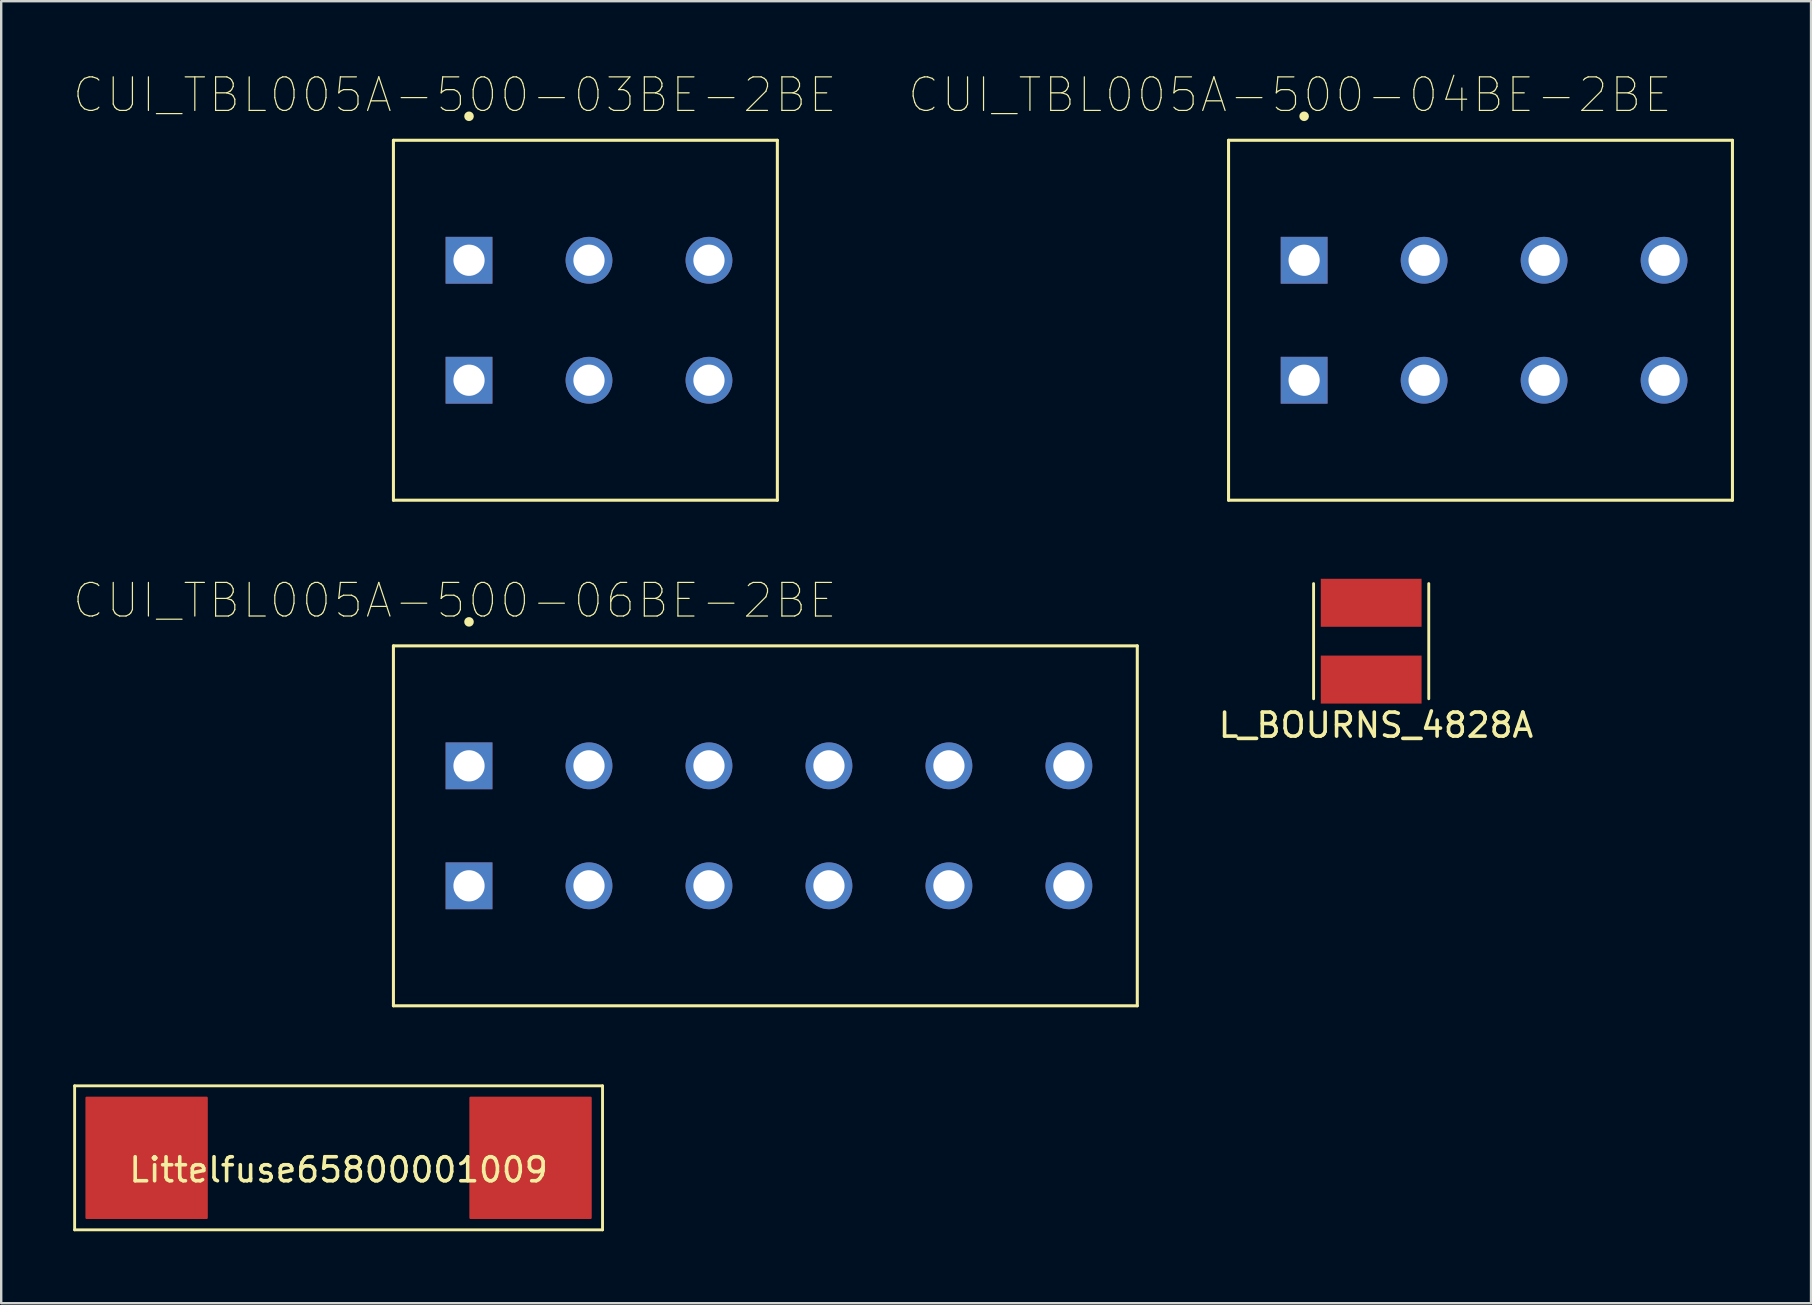
<source format=kicad_pcb>
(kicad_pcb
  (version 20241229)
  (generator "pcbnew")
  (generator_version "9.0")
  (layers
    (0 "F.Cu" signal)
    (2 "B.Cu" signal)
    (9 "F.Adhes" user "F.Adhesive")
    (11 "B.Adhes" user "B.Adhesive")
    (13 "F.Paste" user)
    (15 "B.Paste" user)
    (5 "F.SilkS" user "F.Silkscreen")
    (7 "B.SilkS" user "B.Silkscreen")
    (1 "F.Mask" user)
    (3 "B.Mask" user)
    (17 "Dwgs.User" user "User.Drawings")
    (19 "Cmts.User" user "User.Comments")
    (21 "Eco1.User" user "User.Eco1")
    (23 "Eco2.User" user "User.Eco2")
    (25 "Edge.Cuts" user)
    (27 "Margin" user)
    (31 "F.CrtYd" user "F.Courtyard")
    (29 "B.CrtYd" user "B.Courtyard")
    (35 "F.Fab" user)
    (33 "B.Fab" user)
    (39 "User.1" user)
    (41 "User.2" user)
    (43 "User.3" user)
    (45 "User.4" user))
  (footprint "CUI_TBL005A-500-03BE-2BE"
    (layer "F.Cu")
    (at 16.496 7.796)
    (property "Reference" "CUI_TBL005A-500-03BE-2BE" (at -0.594 -6.889 0) (layer "F.SilkS") (effects (font (size 1.4 1.4) (thickness 0.05))))
    (attr through_hole)
    (fp_line (start -3.15 -5) (end 12.85 -5) (stroke (width 0.127) (type solid)) (layer "F.SilkS"))
    (fp_line (start -3.15 10) (end -3.15 -5) (stroke (width 0.127) (type solid)) (layer "F.SilkS"))
    (fp_line (start 12.85 -5) (end 12.85 10) (stroke (width 0.127) (type solid)) (layer "F.SilkS"))
    (fp_line (start 12.85 10) (end -3.15 10) (stroke (width 0.127) (type solid)) (layer "F.SilkS"))
    (fp_circle (center 0 -6) (end 0.1 -6) (stroke (width 0.2) (type solid)) (fill no) (layer "F.SilkS"))
    (fp_line (start -3.4 -5.25) (end 13.1 -5.25) (stroke (width 0.05) (type solid)) (layer "Eco1.User"))
    (fp_line (start -3.4 10.25) (end -3.4 -5.25) (stroke (width 0.05) (type solid)) (layer "Eco1.User"))
    (fp_line (start 13.1 -5.25) (end 13.1 10.25) (stroke (width 0.05) (type solid)) (layer "Eco1.User"))
    (fp_line (start 13.1 10.25) (end -3.4 10.25) (stroke (width 0.05) (type solid)) (layer "Eco1.User"))
    (fp_line (start -3.15 -5) (end 12.85 -5) (stroke (width 0.127) (type solid)) (layer "Eco2.User"))
    (fp_line (start -3.15 10) (end -3.15 -5) (stroke (width 0.127) (type solid)) (layer "Eco2.User"))
    (fp_line (start 12.85 -5) (end 12.85 10) (stroke (width 0.127) (type solid)) (layer "Eco2.User"))
    (fp_line (start 12.85 10) (end -3.15 10) (stroke (width 0.127) (type solid)) (layer "Eco2.User"))
    (fp_circle (center 0 -6) (end 0.1 -6) (stroke (width 0.2) (type solid)) (fill no) (layer "Eco2.User"))
    (pad "1_A" thru_hole rect (at 0 0) (size 1.95 1.95) (drill 1.3) (layers "*.Cu" "*.Mask"))
    (pad "1_B" thru_hole rect (at 0 5) (size 1.95 1.95) (drill 1.3) (layers "*.Cu" "*.Mask"))
    (pad "2_A" thru_hole circle (at 5 0) (size 1.95 1.95) (drill 1.3) (layers "*.Cu" "*.Mask"))
    (pad "2_B" thru_hole circle (at 5 5) (size 1.95 1.95) (drill 1.3) (layers "*.Cu" "*.Mask"))
    (pad "3_A" thru_hole circle (at 10 0) (size 1.95 1.95) (drill 1.3) (layers "*.Cu" "*.Mask"))
    (pad "3_B" thru_hole circle (at 10 5) (size 1.95 1.95) (drill 1.3) (layers "*.Cu" "*.Mask")))
  (footprint "L_BOURNS_4828A"
    (layer "F.Cu")
    (at 54.093 23.671)
    (property "Reference" "L_BOURNS_4828A" (at 0.2 3.5 0) (layer "F.SilkS") (effects (font (size 1 1) (thickness 0.15))))
    (attr through_hole)
    (fp_line (start -2.4 -2.4) (end -2.4 2.4) (stroke (width 0.12) (type solid)) (layer "F.SilkS"))
    (fp_line (start 2.4 -2.4) (end 2.4 2.4) (stroke (width 0.12) (type solid)) (layer "F.SilkS"))
    (pad "1" smd rect (at 0 -1.6) (size 4.2 2) (layers "F.Cu" "F.Mask" "F.Paste"))
    (pad "2" smd rect (at 0 1.6) (size 4.2 2) (layers "F.Cu" "F.Mask" "F.Paste")))
  (footprint "CUI_TBL005A-500-06BE-2BE"
    (layer "F.Cu")
    (at 16.496 28.866)
    (property "Reference" "CUI_TBL005A-500-06BE-2BE" (at -0.594 -6.889 0) (layer "F.SilkS") (effects (font (size 1.4 1.4) (thickness 0.05))))
    (attr through_hole)
    (fp_line (start -3.15 -5) (end 27.85 -5) (stroke (width 0.127) (type solid)) (layer "F.SilkS"))
    (fp_line (start -3.15 10) (end -3.15 -5) (stroke (width 0.127) (type solid)) (layer "F.SilkS"))
    (fp_line (start 27.85 -5) (end 27.85 10) (stroke (width 0.127) (type solid)) (layer "F.SilkS"))
    (fp_line (start 27.85 10) (end -3.15 10) (stroke (width 0.127) (type solid)) (layer "F.SilkS"))
    (fp_circle (center 0 -6) (end 0.1 -6) (stroke (width 0.2) (type solid)) (fill no) (layer "F.SilkS"))
    (fp_line (start -3.4 -5.25) (end 28.1 -5.25) (stroke (width 0.05) (type solid)) (layer "Eco1.User"))
    (fp_line (start -3.4 10.25) (end -3.4 -5.25) (stroke (width 0.05) (type solid)) (layer "Eco1.User"))
    (fp_line (start 28.1 -5.25) (end 28.1 10.25) (stroke (width 0.05) (type solid)) (layer "Eco1.User"))
    (fp_line (start 28.1 10.25) (end -3.4 10.25) (stroke (width 0.05) (type solid)) (layer "Eco1.User"))
    (fp_line (start -3.15 -5) (end 27.85 -5) (stroke (width 0.127) (type solid)) (layer "Eco2.User"))
    (fp_line (start -3.15 10) (end -3.15 -5) (stroke (width 0.127) (type solid)) (layer "Eco2.User"))
    (fp_line (start 27.85 -5) (end 27.85 10) (stroke (width 0.127) (type solid)) (layer "Eco2.User"))
    (fp_line (start 27.85 10) (end -3.15 10) (stroke (width 0.127) (type solid)) (layer "Eco2.User"))
    (fp_circle (center 0 -6) (end 0.1 -6) (stroke (width 0.2) (type solid)) (fill no) (layer "Eco2.User"))
    (pad "1_A" thru_hole rect (at 0 0) (size 1.95 1.95) (drill 1.3) (layers "*.Cu" "*.Mask"))
    (pad "1_B" thru_hole rect (at 0 5) (size 1.95 1.95) (drill 1.3) (layers "*.Cu" "*.Mask"))
    (pad "2_A" thru_hole circle (at 5 0) (size 1.95 1.95) (drill 1.3) (layers "*.Cu" "*.Mask"))
    (pad "2_B" thru_hole circle (at 5 5) (size 1.95 1.95) (drill 1.3) (layers "*.Cu" "*.Mask"))
    (pad "3_A" thru_hole circle (at 10 0) (size 1.95 1.95) (drill 1.3) (layers "*.Cu" "*.Mask"))
    (pad "3_B" thru_hole circle (at 10 5) (size 1.95 1.95) (drill 1.3) (layers "*.Cu" "*.Mask"))
    (pad "4_A" thru_hole circle (at 15 0) (size 1.95 1.95) (drill 1.3) (layers "*.Cu" "*.Mask"))
    (pad "4_B" thru_hole circle (at 15 5) (size 1.95 1.95) (drill 1.3) (layers "*.Cu" "*.Mask"))
    (pad "5_A" thru_hole circle (at 20 0) (size 1.95 1.95) (drill 1.3) (layers "*.Cu" "*.Mask"))
    (pad "5_B" thru_hole circle (at 20 5) (size 1.95 1.95) (drill 1.3) (layers "*.Cu" "*.Mask"))
    (pad "6_A" thru_hole circle (at 25 0) (size 1.95 1.95) (drill 1.3) (layers "*.Cu" "*.Mask"))
    (pad "6_B" thru_hole circle (at 25 5) (size 1.95 1.95) (drill 1.3) (layers "*.Cu" "*.Mask")))
  (footprint "Littelfuse65800001009"
    (layer "F.Cu")
    (at 11.06 45.202)
    (property "Reference" "Littelfuse65800001009" (at 0 0.5 0) (layer "F.SilkS") (effects (font (size 1 1) (thickness 0.15))))
    (attr smd)
    (fp_poly (pts (xy -5.5 2.5) (xy -5.5 -2.5) (xy -10.5 -2.5) (xy -10.5 2.5)) (stroke (width 0.1) (type solid)) (fill yes) (layer "F.Cu"))
    (fp_poly (pts (xy 5.5 -2.5) (xy 5.5 2.5) (xy 10.5 2.5) (xy 10.5 -2.5) (xy 8.5 -2.5)) (stroke (width 0.1) (type solid)) (fill yes) (layer "F.Cu"))
    (fp_poly (pts (xy -5.5 2.5) (xy -5.5 -2.5) (xy -10.5 -2.5) (xy -10.5 2.5)) (stroke (width 0.1) (type solid)) (fill yes) (layer "F.Mask"))
    (fp_poly (pts (xy 5.5 -2.5) (xy 5.5 2.5) (xy 10.5 2.5) (xy 10.5 -2.5) (xy 8.5 -2.5)) (stroke (width 0.1) (type solid)) (fill yes) (layer "F.Mask"))
    (fp_line (start -11 -3) (end 11 -3) (stroke (width 0.12) (type solid)) (layer "F.SilkS"))
    (fp_line (start -11 3) (end -11 -3) (stroke (width 0.12) (type solid)) (layer "F.SilkS"))
    (fp_line (start 11 -3) (end 11 3) (stroke (width 0.12) (type solid)) (layer "F.SilkS"))
    (fp_line (start 11 3) (end -11 3) (stroke (width 0.12) (type solid)) (layer "F.SilkS"))
    (fp_poly (pts (xy 6 -2) (xy 10 -2) (xy 10 2) (xy 6 2)) (stroke (width 0.1) (type solid)) (fill yes) (layer "F.Paste"))
    (fp_poly (pts (xy -10 -2) (xy -6 -2) (xy -6 2) (xy -10 2) (xy -10 -1)) (stroke (width 0.1) (type solid)) (fill yes) (layer "F.Paste"))
    (pad "1" smd circle (at -8.1 0) (size 1.524 1.524) (layers "F.Cu" "F.Mask" "F.Paste"))
    (pad "2" smd circle (at 8.1 0) (size 1.524 1.524) (layers "F.Cu" "F.Mask" "F.Paste")))
  (footprint "CUI_TBL005A-500-04BE-2BE"
    (layer "F.Cu")
    (at 51.299 7.796)
    (property "Reference" "CUI_TBL005A-500-04BE-2BE" (at -0.594 -6.889 0) (layer "F.SilkS") (effects (font (size 1.4 1.4) (thickness 0.05))))
    (attr through_hole)
    (fp_line (start -3.15 -5) (end 17.85 -5) (stroke (width 0.127) (type solid)) (layer "F.SilkS"))
    (fp_line (start -3.15 10) (end -3.15 -5) (stroke (width 0.127) (type solid)) (layer "F.SilkS"))
    (fp_line (start 17.85 -5) (end 17.85 10) (stroke (width 0.127) (type solid)) (layer "F.SilkS"))
    (fp_line (start 17.85 10) (end -3.15 10) (stroke (width 0.127) (type solid)) (layer "F.SilkS"))
    (fp_circle (center 0 -6) (end 0.1 -6) (stroke (width 0.2) (type solid)) (fill no) (layer "F.SilkS"))
    (fp_line (start -3.4 -5.25) (end 18.1 -5.25) (stroke (width 0.05) (type solid)) (layer "Eco1.User"))
    (fp_line (start -3.4 10.25) (end -3.4 -5.25) (stroke (width 0.05) (type solid)) (layer "Eco1.User"))
    (fp_line (start 18.1 -5.25) (end 18.1 10.25) (stroke (width 0.05) (type solid)) (layer "Eco1.User"))
    (fp_line (start 18.1 10.25) (end -3.4 10.25) (stroke (width 0.05) (type solid)) (layer "Eco1.User"))
    (fp_line (start -3.15 -5) (end 17.85 -5) (stroke (width 0.127) (type solid)) (layer "Eco2.User"))
    (fp_line (start -3.15 10) (end -3.15 -5) (stroke (width 0.127) (type solid)) (layer "Eco2.User"))
    (fp_line (start 17.85 -5) (end 17.85 10) (stroke (width 0.127) (type solid)) (layer "Eco2.User"))
    (fp_line (start 17.85 10) (end -3.15 10) (stroke (width 0.127) (type solid)) (layer "Eco2.User"))
    (fp_circle (center 0 -6) (end 0.1 -6) (stroke (width 0.2) (type solid)) (fill no) (layer "Eco2.User"))
    (pad "1_A" thru_hole rect (at 0 0) (size 1.95 1.95) (drill 1.3) (layers "*.Cu" "*.Mask"))
    (pad "1_B" thru_hole rect (at 0 5) (size 1.95 1.95) (drill 1.3) (layers "*.Cu" "*.Mask"))
    (pad "2_A" thru_hole circle (at 5 0) (size 1.95 1.95) (drill 1.3) (layers "*.Cu" "*.Mask"))
    (pad "2_B" thru_hole circle (at 5 5) (size 1.95 1.95) (drill 1.3) (layers "*.Cu" "*.Mask"))
    (pad "3_A" thru_hole circle (at 10 0) (size 1.95 1.95) (drill 1.3) (layers "*.Cu" "*.Mask"))
    (pad "3_B" thru_hole circle (at 10 5) (size 1.95 1.95) (drill 1.3) (layers "*.Cu" "*.Mask"))
    (pad "4_A" thru_hole circle (at 15 0) (size 1.95 1.95) (drill 1.3) (layers "*.Cu" "*.Mask"))
    (pad "4_B" thru_hole circle (at 15 5) (size 1.95 1.95) (drill 1.3) (layers "*.Cu" "*.Mask")))
  (gr_rect
    (start -3 -3)
    (end 72.424 51.261)
    (stroke (width 0.1) (type default))
    (fill no)
    (layer "Edge.Cuts")))
</source>
